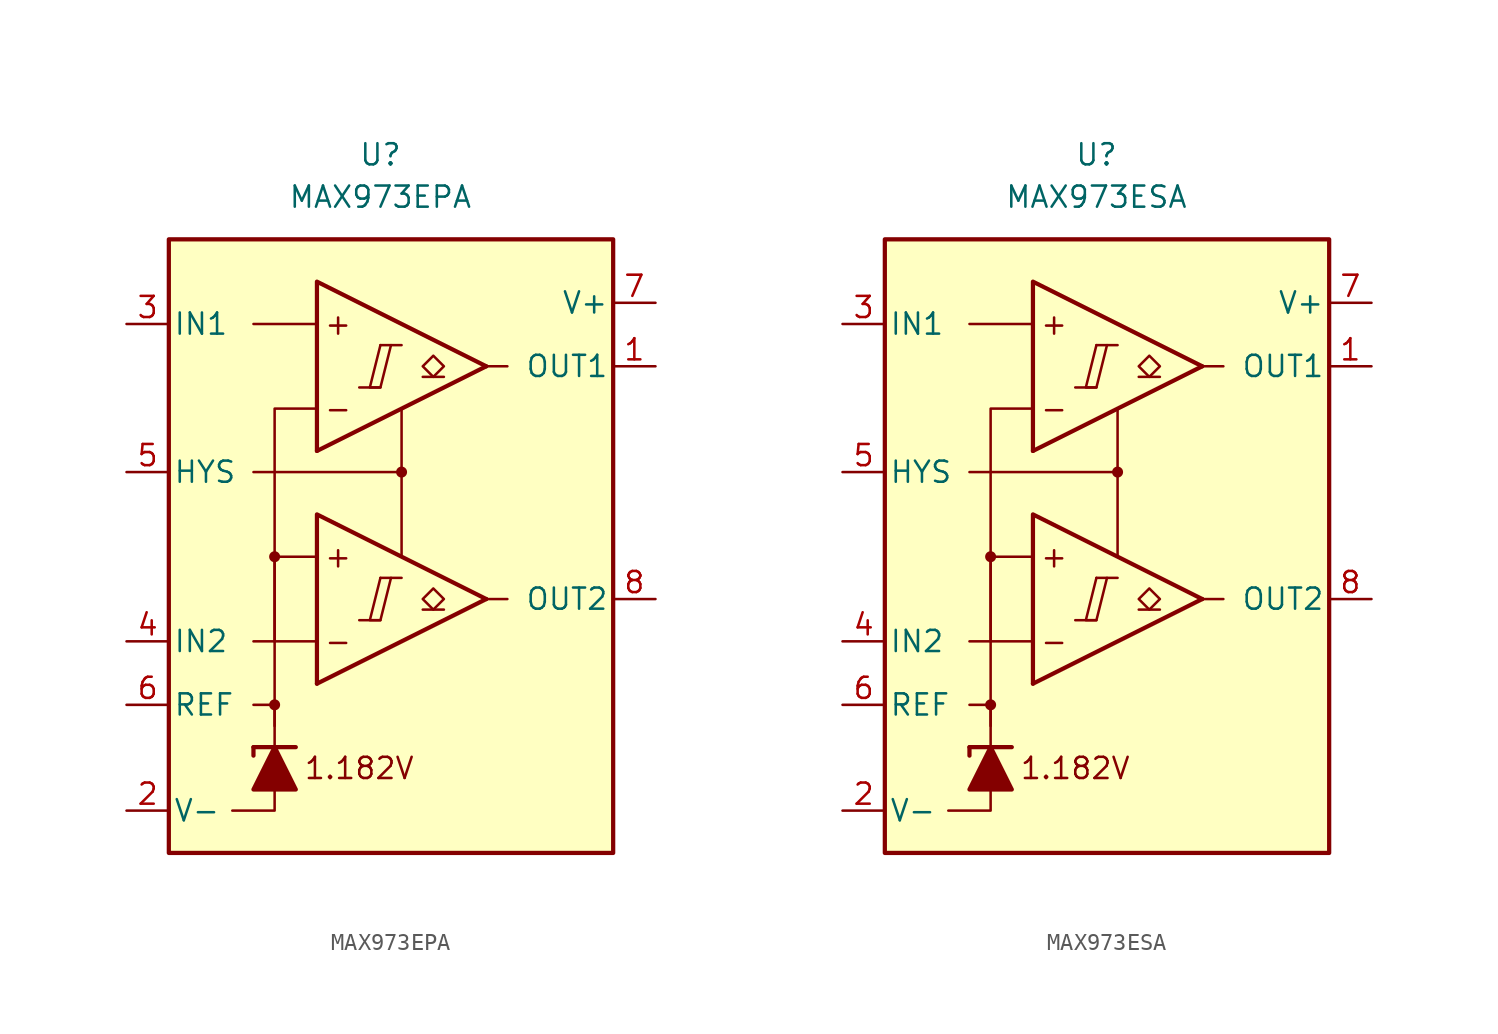
<source format=kicad_sym>
(kicad_symbol_lib
  (version 20211014)
  (generator kicad_symbol_editor)
  (symbol "MAX973EPA"
    (pin_names
      (offset 0.254))
    (property "Reference" "U"
      (at -1.27 22.86 0)
      (effects (font (size 1.27 1.27))))
    (property "Value" "MAX973EPA"
      (at -1.27 20.32 0)
      (effects (font (size 1.27 1.27))))
    (symbol "MAX973EPA_0_0"
      (rectangle (start -13.97 17.78) (end 12.7 -19.05) (stroke (width 0.254) (type default) (color 0 0 0 0)) (fill (type background)))
      (circle (center -7.62 -10.16) (radius 0.254) (stroke (width 0.152) (type default) (color 0 0 0 0)) (fill (type outline)))
      (circle (center -7.62 -1.27) (radius 0.254) (stroke (width 0.152) (type default) (color 0 0 0 0)) (fill (type outline)))
      (polyline (pts (xy -2.54 -5.08) (xy -1.27 -5.08)) (stroke (width 0.152) (type default) (color 0 0 0 0)) (fill (type none)))
      (polyline (pts (xy -2.54 8.89) (xy -1.27 8.89)) (stroke (width 0.152) (type default) (color 0 0 0 0)) (fill (type none)))
      (polyline (pts (xy -1.27 -2.54) (xy 0 -2.54)) (stroke (width 0.152) (type default) (color 0 0 0 0)) (fill (type none)))
      (polyline (pts (xy -1.27 11.43) (xy 0 11.43)) (stroke (width 0.152) (type default) (color 0 0 0 0)) (fill (type none)))
      (polyline (pts (xy 5.08 -3.81) (xy -5.08 -8.89)) (stroke (width 0.254) (type default) (color 0 0 0 0)) (fill (type none)))
      (polyline (pts (xy 5.08 10.16) (xy -5.08 5.08)) (stroke (width 0.254) (type default) (color 0 0 0 0)) (fill (type none)))
      (polyline (pts (xy 5.08 -3.81) (xy -5.08 1.27) (xy -5.08 -8.89)) (stroke (width 0.254) (type default) (color 0 0 0 0)) (fill (type background)))
      (polyline (pts (xy 5.08 10.16) (xy -5.08 15.24) (xy -5.08 5.08)) (stroke (width 0.254) (type default) (color 0 0 0 0)) (fill (type background)))
      (polyline (pts (xy -1.27 -2.54) (xy -1.905 -5.08) (xy -1.27 -5.08) (xy -0.635 -2.54)) (stroke (width 0.152) (type default) (color 0 0 0 0)) (fill (type none)))
      (polyline (pts (xy -1.27 11.43) (xy -1.905 8.89) (xy -1.27 8.89) (xy -0.635 11.43)) (stroke (width 0.152) (type default) (color 0 0 0 0)) (fill (type none)))
      (circle (center 0 3.81) (radius 0.254) (stroke (width 0.152) (type default) (color 0 0 0 0)) (fill (type outline)))
      (text "+" (at -3.81 -1.27 0) (effects (font (size 1.27 1.27))))
      (text "+" (at -3.81 12.7 0) (effects (font (size 1.27 1.27))))
      (text "-" (at -3.81 -6.35 0) (effects (font (size 1.27 1.27))))
      (text "-" (at -3.81 7.62 0) (effects (font (size 1.27 1.27))))
      (text "1.182V" (at -2.54 -13.97 0) (effects (font (size 1.27 1.27)))))
    (symbol "MAX973EPA_0_1"
      (polyline (pts (xy -8.89 -12.7) (xy -8.89 -13.208)) (stroke (width 0.254) (type default) (color 0 0 0 0)) (fill (type none)))
      (polyline (pts (xy -8.89 -12.7) (xy -6.35 -12.7)) (stroke (width 0.254) (type default) (color 0 0 0 0)) (fill (type none)))
      (polyline (pts (xy -5.08 -6.35) (xy -8.89 -6.35)) (stroke (width 0) (type default) (color 0 0 0 0)) (fill (type none)))
      (polyline (pts (xy -5.08 12.7) (xy -8.89 12.7)) (stroke (width 0) (type default) (color 0 0 0 0)) (fill (type none)))
      (polyline (pts (xy 0 3.81) (xy 0 -1.27)) (stroke (width 0) (type default) (color 0 0 0 0)) (fill (type none)))
      (polyline (pts (xy 5.08 -3.81) (xy 6.35 -3.81)) (stroke (width 0) (type default) (color 0 0 0 0)) (fill (type none)))
      (polyline (pts (xy 5.08 10.16) (xy 6.35 10.16)) (stroke (width 0) (type default) (color 0 0 0 0)) (fill (type none)))
      (polyline (pts (xy -7.62 -15.24) (xy -7.62 -16.51) (xy -10.16 -16.51)) (stroke (width 0) (type default) (color 0 0 0 0)) (fill (type none)))
      (polyline (pts (xy -7.62 -12.7) (xy -7.62 -10.16) (xy -8.89 -10.16)) (stroke (width 0) (type default) (color 0 0 0 0)) (fill (type none)))
      (polyline (pts (xy -7.62 -11.43) (xy -7.62 -1.27) (xy -5.08 -1.27)) (stroke (width 0) (type default) (color 0 0 0 0)) (fill (type none)))
      (polyline (pts (xy -7.62 -6.35) (xy -7.62 7.62) (xy -5.08 7.62)) (stroke (width 0) (type default) (color 0 0 0 0)) (fill (type none)))
      (polyline (pts (xy 0 7.62) (xy 0 3.81) (xy -8.89 3.81)) (stroke (width 0) (type default) (color 0 0 0 0)) (fill (type none)))
      (polyline (pts (xy -6.35 -15.24) (xy -8.89 -15.24) (xy -7.62 -12.7) (xy -6.35 -15.24)) (stroke (width 0.254) (type default) (color 0 0 0 0)) (fill (type outline))))
    (symbol "MAX973EPA_1_1"
      (polyline (pts (xy 2.54 -4.445) (xy 1.27 -4.445)) (stroke (width 0.152) (type default) (color 0 0 0 0)) (fill (type none)))
      (polyline (pts (xy 2.54 9.525) (xy 1.27 9.525)) (stroke (width 0.152) (type default) (color 0 0 0 0)) (fill (type none)))
      (polyline (pts (xy 1.905 -4.445) (xy 1.27 -3.81) (xy 1.905 -3.175) (xy 2.54 -3.81) (xy 1.905 -4.445)) (stroke (width 0.152) (type default) (color 0 0 0 0)) (fill (type none)))
      (polyline (pts (xy 1.905 9.525) (xy 1.27 10.16) (xy 1.905 10.795) (xy 2.54 10.16) (xy 1.905 9.525)) (stroke (width 0.152) (type default) (color 0 0 0 0)) (fill (type none)))
      (pin output line (at 15.24 10.16 180) (length 2.54) (name "OUT1" (effects (font (size 1.27 1.27)))) (number "1" (effects (font (size 1.27 1.27)))))
      (pin power_in line (at -16.51 -16.51 0) (length 2.54) (name "V-" (effects (font (size 1.27 1.27)))) (number "2" (effects (font (size 1.27 1.27)))))
      (pin input line (at -16.51 12.7 0) (length 2.54) (name "IN1" (effects (font (size 1.27 1.27)))) (number "3" (effects (font (size 1.27 1.27)))))
      (pin input line (at -16.51 -6.35 0) (length 2.54) (name "IN2" (effects (font (size 1.27 1.27)))) (number "4" (effects (font (size 1.27 1.27)))))
      (pin input line (at -16.51 3.81 0) (length 2.54) (name "HYS" (effects (font (size 1.27 1.27)))) (number "5" (effects (font (size 1.27 1.27)))))
      (pin output line (at -16.51 -10.16 0) (length 2.54) (name "REF" (effects (font (size 1.27 1.27)))) (number "6" (effects (font (size 1.27 1.27)))))
      (pin power_in line (at 15.24 13.97 180) (length 2.54) (name "V+" (effects (font (size 1.27 1.27)))) (number "7" (effects (font (size 1.27 1.27)))))
      (pin output line (at 15.24 -3.81 180) (length 2.54) (name "OUT2" (effects (font (size 1.27 1.27)))) (number "8" (effects (font (size 1.27 1.27)))))))
  (symbol "MAX973ESA"
    (pin_names
      (offset 0.254))
    (property "Reference" "U"
      (at -1.27 22.86 0)
      (effects (font (size 1.27 1.27))))
    (property "Value" "MAX973ESA"
      (at -1.27 20.32 0)
      (effects (font (size 1.27 1.27))))
    (symbol "MAX973ESA_0_0"
      (rectangle (start -13.97 17.78) (end 12.7 -19.05) (stroke (width 0.254) (type default) (color 0 0 0 0)) (fill (type background)))
      (circle (center -7.62 -10.16) (radius 0.254) (stroke (width 0.152) (type default) (color 0 0 0 0)) (fill (type outline)))
      (circle (center -7.62 -1.27) (radius 0.254) (stroke (width 0.152) (type default) (color 0 0 0 0)) (fill (type outline)))
      (polyline (pts (xy -2.54 -5.08) (xy -1.27 -5.08)) (stroke (width 0.152) (type default) (color 0 0 0 0)) (fill (type none)))
      (polyline (pts (xy -2.54 8.89) (xy -1.27 8.89)) (stroke (width 0.152) (type default) (color 0 0 0 0)) (fill (type none)))
      (polyline (pts (xy -1.27 -2.54) (xy 0 -2.54)) (stroke (width 0.152) (type default) (color 0 0 0 0)) (fill (type none)))
      (polyline (pts (xy -1.27 11.43) (xy 0 11.43)) (stroke (width 0.152) (type default) (color 0 0 0 0)) (fill (type none)))
      (polyline (pts (xy 5.08 -3.81) (xy -5.08 -8.89)) (stroke (width 0.254) (type default) (color 0 0 0 0)) (fill (type none)))
      (polyline (pts (xy 5.08 10.16) (xy -5.08 5.08)) (stroke (width 0.254) (type default) (color 0 0 0 0)) (fill (type none)))
      (polyline (pts (xy 5.08 -3.81) (xy -5.08 1.27) (xy -5.08 -8.89)) (stroke (width 0.254) (type default) (color 0 0 0 0)) (fill (type background)))
      (polyline (pts (xy 5.08 10.16) (xy -5.08 15.24) (xy -5.08 5.08)) (stroke (width 0.254) (type default) (color 0 0 0 0)) (fill (type background)))
      (polyline (pts (xy -1.27 -2.54) (xy -1.905 -5.08) (xy -1.27 -5.08) (xy -0.635 -2.54)) (stroke (width 0.152) (type default) (color 0 0 0 0)) (fill (type none)))
      (polyline (pts (xy -1.27 11.43) (xy -1.905 8.89) (xy -1.27 8.89) (xy -0.635 11.43)) (stroke (width 0.152) (type default) (color 0 0 0 0)) (fill (type none)))
      (circle (center 0 3.81) (radius 0.254) (stroke (width 0.152) (type default) (color 0 0 0 0)) (fill (type outline)))
      (text "+" (at -3.81 -1.27 0) (effects (font (size 1.27 1.27))))
      (text "+" (at -3.81 12.7 0) (effects (font (size 1.27 1.27))))
      (text "-" (at -3.81 -6.35 0) (effects (font (size 1.27 1.27))))
      (text "-" (at -3.81 7.62 0) (effects (font (size 1.27 1.27))))
      (text "1.182V" (at -2.54 -13.97 0) (effects (font (size 1.27 1.27)))))
    (symbol "MAX973ESA_0_1"
      (polyline (pts (xy -8.89 -12.7) (xy -8.89 -13.208)) (stroke (width 0.254) (type default) (color 0 0 0 0)) (fill (type none)))
      (polyline (pts (xy -8.89 -12.7) (xy -6.35 -12.7)) (stroke (width 0.254) (type default) (color 0 0 0 0)) (fill (type none)))
      (polyline (pts (xy -5.08 -6.35) (xy -8.89 -6.35)) (stroke (width 0) (type default) (color 0 0 0 0)) (fill (type none)))
      (polyline (pts (xy -5.08 12.7) (xy -8.89 12.7)) (stroke (width 0) (type default) (color 0 0 0 0)) (fill (type none)))
      (polyline (pts (xy 0 3.81) (xy 0 -1.27)) (stroke (width 0) (type default) (color 0 0 0 0)) (fill (type none)))
      (polyline (pts (xy 5.08 -3.81) (xy 6.35 -3.81)) (stroke (width 0) (type default) (color 0 0 0 0)) (fill (type none)))
      (polyline (pts (xy 5.08 10.16) (xy 6.35 10.16)) (stroke (width 0) (type default) (color 0 0 0 0)) (fill (type none)))
      (polyline (pts (xy -7.62 -15.24) (xy -7.62 -16.51) (xy -10.16 -16.51)) (stroke (width 0) (type default) (color 0 0 0 0)) (fill (type none)))
      (polyline (pts (xy -7.62 -12.7) (xy -7.62 -10.16) (xy -8.89 -10.16)) (stroke (width 0) (type default) (color 0 0 0 0)) (fill (type none)))
      (polyline (pts (xy -7.62 -11.43) (xy -7.62 -1.27) (xy -5.08 -1.27)) (stroke (width 0) (type default) (color 0 0 0 0)) (fill (type none)))
      (polyline (pts (xy -7.62 -6.35) (xy -7.62 7.62) (xy -5.08 7.62)) (stroke (width 0) (type default) (color 0 0 0 0)) (fill (type none)))
      (polyline (pts (xy 0 7.62) (xy 0 3.81) (xy -8.89 3.81)) (stroke (width 0) (type default) (color 0 0 0 0)) (fill (type none)))
      (polyline (pts (xy -6.35 -15.24) (xy -8.89 -15.24) (xy -7.62 -12.7) (xy -6.35 -15.24)) (stroke (width 0.254) (type default) (color 0 0 0 0)) (fill (type outline))))
    (symbol "MAX973ESA_1_1"
      (polyline (pts (xy 2.54 -4.445) (xy 1.27 -4.445)) (stroke (width 0.152) (type default) (color 0 0 0 0)) (fill (type none)))
      (polyline (pts (xy 2.54 9.525) (xy 1.27 9.525)) (stroke (width 0.152) (type default) (color 0 0 0 0)) (fill (type none)))
      (polyline (pts (xy 1.905 -4.445) (xy 1.27 -3.81) (xy 1.905 -3.175) (xy 2.54 -3.81) (xy 1.905 -4.445)) (stroke (width 0.152) (type default) (color 0 0 0 0)) (fill (type none)))
      (polyline (pts (xy 1.905 9.525) (xy 1.27 10.16) (xy 1.905 10.795) (xy 2.54 10.16) (xy 1.905 9.525)) (stroke (width 0.152) (type default) (color 0 0 0 0)) (fill (type none)))
      (pin output line (at 15.24 10.16 180) (length 2.54) (name "OUT1" (effects (font (size 1.27 1.27)))) (number "1" (effects (font (size 1.27 1.27)))))
      (pin power_in line (at -16.51 -16.51 0) (length 2.54) (name "V-" (effects (font (size 1.27 1.27)))) (number "2" (effects (font (size 1.27 1.27)))))
      (pin input line (at -16.51 12.7 0) (length 2.54) (name "IN1" (effects (font (size 1.27 1.27)))) (number "3" (effects (font (size 1.27 1.27)))))
      (pin input line (at -16.51 -6.35 0) (length 2.54) (name "IN2" (effects (font (size 1.27 1.27)))) (number "4" (effects (font (size 1.27 1.27)))))
      (pin input line (at -16.51 3.81 0) (length 2.54) (name "HYS" (effects (font (size 1.27 1.27)))) (number "5" (effects (font (size 1.27 1.27)))))
      (pin output line (at -16.51 -10.16 0) (length 2.54) (name "REF" (effects (font (size 1.27 1.27)))) (number "6" (effects (font (size 1.27 1.27)))))
      (pin power_in line (at 15.24 13.97 180) (length 2.54) (name "V+" (effects (font (size 1.27 1.27)))) (number "7" (effects (font (size 1.27 1.27)))))
      (pin output line (at 15.24 -3.81 180) (length 2.54) (name "OUT2" (effects (font (size 1.27 1.27)))) (number "8" (effects (font (size 1.27 1.27))))))))
</source>
